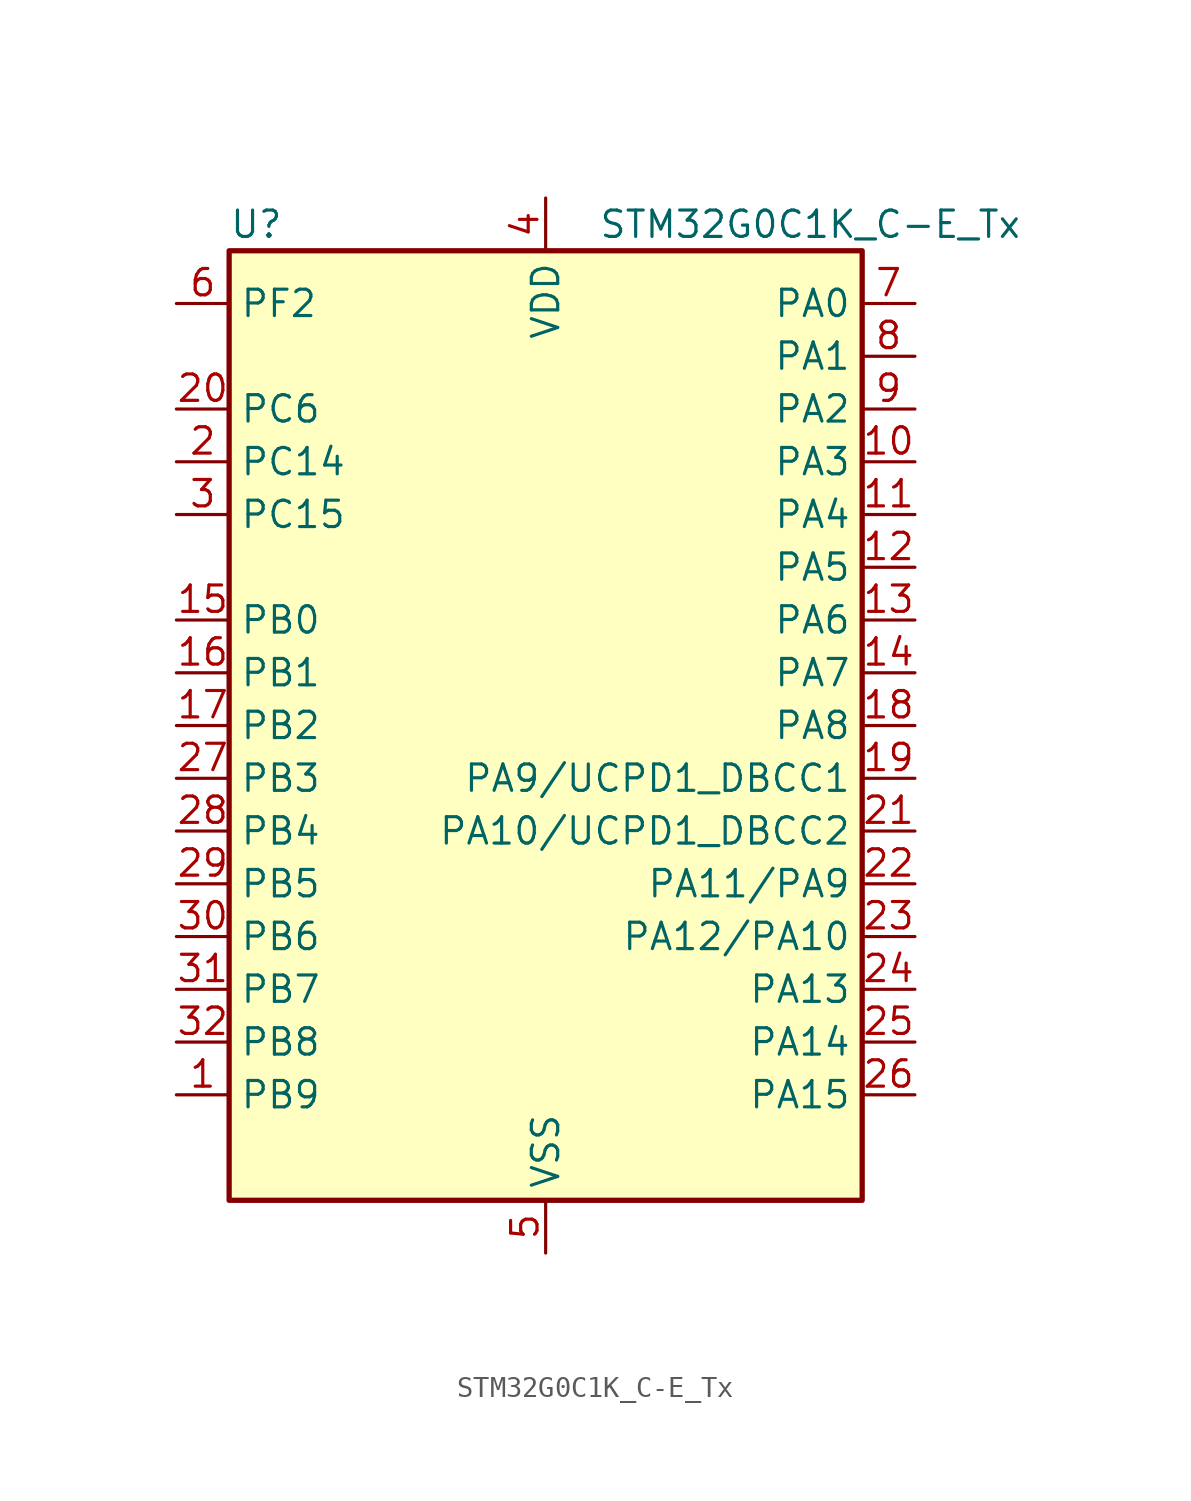
<source format=kicad_sym>
(kicad_symbol_lib
  (version 20231120)
  (generator "kicad_symbol_editor")
  (generator_version "8.0")
  (symbol "STM32G0C1K_C-E_Tx"
    (property "Reference" "U"
      (at -15.24 24.13 0)
      (effects (font (size 1.27 1.27)) (justify left)))
    (property "Value" "STM32G0C1K_C-E_Tx"
      (at 2.54 24.13 0)
      (effects (font (size 1.27 1.27)) (justify left)))
    (property "ki_locked" ""
      (at 0 0 0)
      (effects (font (size 1.27 1.27))))
    (symbol "STM32G0C1K_C-E_Tx_0_1"
      (rectangle (start -15.24 -22.86) (end 15.24 22.86) (stroke (width 0.254) (type default)) (fill (type background))))
    (symbol "STM32G0C1K_C-E_Tx_1_1"
      (pin bidirectional line (at -17.78 -17.78 0) (length 2.54) (name "PB9" (effects (font (size 1.27 1.27)))) (number "1" (effects (font (size 1.27 1.27)))) (alternate "DAC1_EXTI9" bidirectional line) (alternate "FDCAN1_TX" bidirectional line) (alternate "I2C1_SDA" bidirectional line) (alternate "I2S2_WS" bidirectional line) (alternate "IR_OUT" bidirectional line) (alternate "SPI2_NSS" bidirectional line) (alternate "TIM17_CH1" bidirectional line) (alternate "TIM4_CH4" bidirectional line) (alternate "USART3_RX" bidirectional line) (alternate "USART6_RX" bidirectional line))
      (pin bidirectional line (at 17.78 12.7 180) (length 2.54) (name "PA3" (effects (font (size 1.27 1.27)))) (number "10" (effects (font (size 1.27 1.27)))) (alternate "ADC1_IN3" bidirectional line) (alternate "COMP2_INP" bidirectional line) (alternate "I2S2_MCK" bidirectional line) (alternate "LPUART1_RX" bidirectional line) (alternate "SPI2_MISO" bidirectional line) (alternate "TIM15_CH2" bidirectional line) (alternate "TIM2_CH4" bidirectional line) (alternate "USART2_RX" bidirectional line))
      (pin bidirectional line (at 17.78 10.16 180) (length 2.54) (name "PA4" (effects (font (size 1.27 1.27)))) (number "11" (effects (font (size 1.27 1.27)))) (alternate "ADC1_IN4" bidirectional line) (alternate "DAC1_OUT1" bidirectional line) (alternate "I2S1_WS" bidirectional line) (alternate "I2S2_SD" bidirectional line) (alternate "LPTIM2_OUT" bidirectional line) (alternate "RTC_OUT1" bidirectional line) (alternate "RTC_TAMP_IN1" bidirectional line) (alternate "RTC_TS" bidirectional line) (alternate "SPI1_NSS" bidirectional line) (alternate "SPI2_MOSI" bidirectional line) (alternate "SPI3_NSS" bidirectional line) (alternate "SYS_WKUP2" bidirectional line) (alternate "TIM14_CH1" bidirectional line) (alternate "USART6_TX" bidirectional line) (alternate "USB_NOE" bidirectional line))
      (pin bidirectional line (at 17.78 7.62 180) (length 2.54) (name "PA5" (effects (font (size 1.27 1.27)))) (number "12" (effects (font (size 1.27 1.27)))) (alternate "ADC1_IN5" bidirectional line) (alternate "CEC" bidirectional line) (alternate "DAC1_OUT2" bidirectional line) (alternate "I2S1_CK" bidirectional line) (alternate "LPTIM2_ETR" bidirectional line) (alternate "SPI1_SCK" bidirectional line) (alternate "TIM2_CH1" bidirectional line) (alternate "TIM2_ETR" bidirectional line) (alternate "UCPD1_FRSTX1" bidirectional line) (alternate "UCPD1_FRSTX2" bidirectional line) (alternate "USART3_TX" bidirectional line) (alternate "USART6_RX" bidirectional line))
      (pin bidirectional line (at 17.78 5.08 180) (length 2.54) (name "PA6" (effects (font (size 1.27 1.27)))) (number "13" (effects (font (size 1.27 1.27)))) (alternate "ADC1_IN6" bidirectional line) (alternate "COMP1_OUT" bidirectional line) (alternate "I2C2_SDA" bidirectional line) (alternate "I2C3_SDA" bidirectional line) (alternate "I2S1_MCK" bidirectional line) (alternate "LPUART1_CTS" bidirectional line) (alternate "SPI1_MISO" bidirectional line) (alternate "TIM16_CH1" bidirectional line) (alternate "TIM1_BK" bidirectional line) (alternate "TIM3_CH1" bidirectional line) (alternate "USART3_CTS" bidirectional line) (alternate "USART3_NSS" bidirectional line) (alternate "USART6_CTS" bidirectional line) (alternate "USART6_NSS" bidirectional line))
      (pin bidirectional line (at 17.78 2.54 180) (length 2.54) (name "PA7" (effects (font (size 1.27 1.27)))) (number "14" (effects (font (size 1.27 1.27)))) (alternate "ADC1_IN7" bidirectional line) (alternate "COMP2_OUT" bidirectional line) (alternate "I2C2_SCL" bidirectional line) (alternate "I2C3_SCL" bidirectional line) (alternate "I2S1_SD" bidirectional line) (alternate "SPI1_MOSI" bidirectional line) (alternate "TIM14_CH1" bidirectional line) (alternate "TIM17_CH1" bidirectional line) (alternate "TIM1_CH1N" bidirectional line) (alternate "TIM3_CH2" bidirectional line) (alternate "UCPD1_FRSTX1" bidirectional line) (alternate "UCPD1_FRSTX2" bidirectional line) (alternate "USART6_CK" bidirectional line) (alternate "USART6_DE" bidirectional line) (alternate "USART6_RTS" bidirectional line))
      (pin bidirectional line (at -17.78 5.08 0) (length 2.54) (name "PB0" (effects (font (size 1.27 1.27)))) (number "15" (effects (font (size 1.27 1.27)))) (alternate "ADC1_IN8" bidirectional line) (alternate "COMP1_OUT" bidirectional line) (alternate "COMP3_INP" bidirectional line) (alternate "FDCAN2_RX" bidirectional line) (alternate "I2S1_WS" bidirectional line) (alternate "LPTIM1_OUT" bidirectional line) (alternate "LPUART2_CTS" bidirectional line) (alternate "SPI1_NSS" bidirectional line) (alternate "TIM1_CH2N" bidirectional line) (alternate "TIM3_CH3" bidirectional line) (alternate "UCPD1_FRSTX1" bidirectional line) (alternate "UCPD1_FRSTX2" bidirectional line) (alternate "USART3_RX" bidirectional line) (alternate "USART5_TX" bidirectional line))
      (pin bidirectional line (at -17.78 2.54 0) (length 2.54) (name "PB1" (effects (font (size 1.27 1.27)))) (number "16" (effects (font (size 1.27 1.27)))) (alternate "ADC1_IN9" bidirectional line) (alternate "COMP1_INM" bidirectional line) (alternate "COMP3_OUT" bidirectional line) (alternate "FDCAN2_TX" bidirectional line) (alternate "LPTIM2_IN1" bidirectional line) (alternate "LPUART1_DE" bidirectional line) (alternate "LPUART1_RTS" bidirectional line) (alternate "LPUART2_DE" bidirectional line) (alternate "LPUART2_RTS" bidirectional line) (alternate "TIM14_CH1" bidirectional line) (alternate "TIM1_CH3N" bidirectional line) (alternate "TIM3_CH4" bidirectional line) (alternate "USART3_CK" bidirectional line) (alternate "USART3_DE" bidirectional line) (alternate "USART3_RTS" bidirectional line) (alternate "USART5_RX" bidirectional line))
      (pin bidirectional line (at -17.78 0 0) (length 2.54) (name "PB2" (effects (font (size 1.27 1.27)))) (number "17" (effects (font (size 1.27 1.27)))) (alternate "ADC1_IN10" bidirectional line) (alternate "COMP1_INP" bidirectional line) (alternate "COMP3_INM" bidirectional line) (alternate "I2S2_MCK" bidirectional line) (alternate "LPTIM1_OUT" bidirectional line) (alternate "RCC_MCO_2" bidirectional line) (alternate "SPI2_MISO" bidirectional line) (alternate "USART3_TX" bidirectional line))
      (pin bidirectional line (at 17.78 0 180) (length 2.54) (name "PA8" (effects (font (size 1.27 1.27)))) (number "18" (effects (font (size 1.27 1.27)))) (alternate "CRS1_SYNC" bidirectional line) (alternate "I2C2_SMBA" bidirectional line) (alternate "I2S2_WS" bidirectional line) (alternate "LPTIM2_OUT" bidirectional line) (alternate "RCC_MCO" bidirectional line) (alternate "SPI2_NSS" bidirectional line) (alternate "TIM1_CH1" bidirectional line) (alternate "UCPD1_CC1" bidirectional line))
      (pin bidirectional line (at 17.78 -2.54 180) (length 2.54) (name "PA9/UCPD1_DBCC1" (effects (font (size 1.27 1.27)))) (number "19" (effects (font (size 1.27 1.27)))) (alternate "DAC1_EXTI9" bidirectional line) (alternate "I2C1_SCL" bidirectional line) (alternate "I2C2_SCL" bidirectional line) (alternate "I2S2_MCK" bidirectional line) (alternate "RCC_MCO" bidirectional line) (alternate "SPI2_MISO" bidirectional line) (alternate "TIM15_BK" bidirectional line) (alternate "TIM1_CH2" bidirectional line) (alternate "UCPD1_DBCC1" bidirectional line) (alternate "USART1_TX" bidirectional line))
      (pin bidirectional line (at -17.78 12.7 0) (length 2.54) (name "PC14" (effects (font (size 1.27 1.27)))) (number "2" (effects (font (size 1.27 1.27)))) (alternate "RCC_OSC32_IN" bidirectional line) (alternate "RCC_OSC_IN" bidirectional line) (alternate "TIM1_BK2" bidirectional line))
      (pin bidirectional line (at -17.78 15.24 0) (length 2.54) (name "PC6" (effects (font (size 1.27 1.27)))) (number "20" (effects (font (size 1.27 1.27)))) (alternate "LPUART2_TX" bidirectional line) (alternate "TIM2_CH3" bidirectional line) (alternate "TIM3_CH1" bidirectional line) (alternate "UCPD1_FRSTX1" bidirectional line) (alternate "UCPD1_FRSTX2" bidirectional line))
      (pin bidirectional line (at 17.78 -5.08 180) (length 2.54) (name "PA10/UCPD1_DBCC2" (effects (font (size 1.27 1.27)))) (number "21" (effects (font (size 1.27 1.27)))) (alternate "I2C1_SDA" bidirectional line) (alternate "I2C2_SDA" bidirectional line) (alternate "I2S2_SD" bidirectional line) (alternate "RCC_MCO_2" bidirectional line) (alternate "SPI2_MOSI" bidirectional line) (alternate "TIM17_BK" bidirectional line) (alternate "TIM1_CH3" bidirectional line) (alternate "UCPD1_DBCC2" bidirectional line) (alternate "USART1_RX" bidirectional line))
      (pin bidirectional line (at 17.78 -7.62 180) (length 2.54) (name "PA11/PA9" (effects (font (size 1.27 1.27)))) (number "22" (effects (font (size 1.27 1.27)))) (alternate "ADC1_EXTI11" bidirectional line) (alternate "COMP1_OUT" bidirectional line) (alternate "FDCAN1_RX" bidirectional line) (alternate "I2C2_SCL" bidirectional line) (alternate "I2S1_MCK" bidirectional line) (alternate "SPI1_MISO" bidirectional line) (alternate "TIM1_BK2" bidirectional line) (alternate "TIM1_CH4" bidirectional line) (alternate "USART1_CTS" bidirectional line) (alternate "USART1_NSS" bidirectional line) (alternate "USB_DM" bidirectional line))
      (pin bidirectional line (at 17.78 -10.16 180) (length 2.54) (name "PA12/PA10" (effects (font (size 1.27 1.27)))) (number "23" (effects (font (size 1.27 1.27)))) (alternate "COMP2_OUT" bidirectional line) (alternate "FDCAN1_TX" bidirectional line) (alternate "I2C2_SDA" bidirectional line) (alternate "I2S1_SD" bidirectional line) (alternate "I2S_CKIN" bidirectional line) (alternate "SPI1_MOSI" bidirectional line) (alternate "TIM1_ETR" bidirectional line) (alternate "USART1_CK" bidirectional line) (alternate "USART1_DE" bidirectional line) (alternate "USART1_RTS" bidirectional line) (alternate "USB_DP" bidirectional line))
      (pin bidirectional line (at 17.78 -12.7 180) (length 2.54) (name "PA13" (effects (font (size 1.27 1.27)))) (number "24" (effects (font (size 1.27 1.27)))) (alternate "IR_OUT" bidirectional line) (alternate "LPUART2_RX" bidirectional line) (alternate "SYS_SWDIO" bidirectional line) (alternate "USB_NOE" bidirectional line))
      (pin bidirectional line (at 17.78 -15.24 180) (length 2.54) (name "PA14" (effects (font (size 1.27 1.27)))) (number "25" (effects (font (size 1.27 1.27)))) (alternate "LPUART2_TX" bidirectional line) (alternate "SYS_SWCLK" bidirectional line) (alternate "USART2_TX" bidirectional line))
      (pin bidirectional line (at 17.78 -17.78 180) (length 2.54) (name "PA15" (effects (font (size 1.27 1.27)))) (number "26" (effects (font (size 1.27 1.27)))) (alternate "I2C2_SMBA" bidirectional line) (alternate "I2S1_WS" bidirectional line) (alternate "RCC_MCO_2" bidirectional line) (alternate "SPI1_NSS" bidirectional line) (alternate "SPI3_NSS" bidirectional line) (alternate "TIM2_CH1" bidirectional line) (alternate "TIM2_ETR" bidirectional line) (alternate "USART2_RX" bidirectional line) (alternate "USART3_CK" bidirectional line) (alternate "USART3_DE" bidirectional line) (alternate "USART3_RTS" bidirectional line) (alternate "USART4_CK" bidirectional line) (alternate "USART4_DE" bidirectional line) (alternate "USART4_RTS" bidirectional line) (alternate "USB_NOE" bidirectional line))
      (pin bidirectional line (at -17.78 -2.54 0) (length 2.54) (name "PB3" (effects (font (size 1.27 1.27)))) (number "27" (effects (font (size 1.27 1.27)))) (alternate "COMP2_INM" bidirectional line) (alternate "I2C2_SCL" bidirectional line) (alternate "I2C3_SCL" bidirectional line) (alternate "I2S1_CK" bidirectional line) (alternate "SPI1_SCK" bidirectional line) (alternate "SPI3_SCK" bidirectional line) (alternate "TIM1_CH2" bidirectional line) (alternate "TIM2_CH2" bidirectional line) (alternate "USART1_CK" bidirectional line) (alternate "USART1_DE" bidirectional line) (alternate "USART1_RTS" bidirectional line) (alternate "USART5_TX" bidirectional line))
      (pin bidirectional line (at -17.78 -5.08 0) (length 2.54) (name "PB4" (effects (font (size 1.27 1.27)))) (number "28" (effects (font (size 1.27 1.27)))) (alternate "COMP2_INP" bidirectional line) (alternate "I2C2_SDA" bidirectional line) (alternate "I2C3_SDA" bidirectional line) (alternate "I2S1_MCK" bidirectional line) (alternate "SPI1_MISO" bidirectional line) (alternate "SPI3_MISO" bidirectional line) (alternate "TIM17_BK" bidirectional line) (alternate "TIM3_CH1" bidirectional line) (alternate "USART1_CTS" bidirectional line) (alternate "USART1_NSS" bidirectional line) (alternate "USART5_RX" bidirectional line))
      (pin bidirectional line (at -17.78 -7.62 0) (length 2.54) (name "PB5" (effects (font (size 1.27 1.27)))) (number "29" (effects (font (size 1.27 1.27)))) (alternate "COMP2_OUT" bidirectional line) (alternate "FDCAN2_RX" bidirectional line) (alternate "I2C1_SMBA" bidirectional line) (alternate "I2S1_SD" bidirectional line) (alternate "LPTIM1_IN1" bidirectional line) (alternate "SPI1_MOSI" bidirectional line) (alternate "SPI3_MOSI" bidirectional line) (alternate "SYS_WKUP6" bidirectional line) (alternate "TIM16_BK" bidirectional line) (alternate "TIM3_CH2" bidirectional line) (alternate "USART5_CK" bidirectional line) (alternate "USART5_DE" bidirectional line) (alternate "USART5_RTS" bidirectional line))
      (pin bidirectional line (at -17.78 10.16 0) (length 2.54) (name "PC15" (effects (font (size 1.27 1.27)))) (number "3" (effects (font (size 1.27 1.27)))) (alternate "RCC_OSC32_EN" bidirectional line) (alternate "RCC_OSC32_OUT" bidirectional line) (alternate "RCC_OSC_EN" bidirectional line) (alternate "TIM15_BK" bidirectional line))
      (pin bidirectional line (at -17.78 -10.16 0) (length 2.54) (name "PB6" (effects (font (size 1.27 1.27)))) (number "30" (effects (font (size 1.27 1.27)))) (alternate "COMP2_INP" bidirectional line) (alternate "FDCAN2_TX" bidirectional line) (alternate "I2C1_SCL" bidirectional line) (alternate "I2S2_MCK" bidirectional line) (alternate "LPTIM1_ETR" bidirectional line) (alternate "LPUART2_TX" bidirectional line) (alternate "SPI2_MISO" bidirectional line) (alternate "TIM16_CH1N" bidirectional line) (alternate "TIM1_CH3" bidirectional line) (alternate "TIM4_CH1" bidirectional line) (alternate "USART1_TX" bidirectional line) (alternate "USART5_CTS" bidirectional line) (alternate "USART5_NSS" bidirectional line))
      (pin bidirectional line (at -17.78 -12.7 0) (length 2.54) (name "PB7" (effects (font (size 1.27 1.27)))) (number "31" (effects (font (size 1.27 1.27)))) (alternate "COMP2_INM" bidirectional line) (alternate "I2C1_SDA" bidirectional line) (alternate "I2S2_SD" bidirectional line) (alternate "LPTIM1_IN2" bidirectional line) (alternate "LPUART2_RX" bidirectional line) (alternate "SPI2_MOSI" bidirectional line) (alternate "SYS_PVD_IN" bidirectional line) (alternate "TIM17_CH1N" bidirectional line) (alternate "TIM4_CH2" bidirectional line) (alternate "USART1_RX" bidirectional line) (alternate "USART4_CTS" bidirectional line) (alternate "USART4_NSS" bidirectional line))
      (pin bidirectional line (at -17.78 -15.24 0) (length 2.54) (name "PB8" (effects (font (size 1.27 1.27)))) (number "32" (effects (font (size 1.27 1.27)))) (alternate "CEC" bidirectional line) (alternate "FDCAN1_RX" bidirectional line) (alternate "I2C1_SCL" bidirectional line) (alternate "I2S2_CK" bidirectional line) (alternate "SPI2_SCK" bidirectional line) (alternate "TIM15_BK" bidirectional line) (alternate "TIM16_CH1" bidirectional line) (alternate "TIM4_CH3" bidirectional line) (alternate "USART3_TX" bidirectional line) (alternate "USART6_TX" bidirectional line))
      (pin power_in line (at 0 25.4 270) (length 2.54) (name "VDD" (effects (font (size 1.27 1.27)))) (number "4" (effects (font (size 1.27 1.27)))))
      (pin power_in line (at 0 -25.4 90) (length 2.54) (name "VSS" (effects (font (size 1.27 1.27)))) (number "5" (effects (font (size 1.27 1.27)))))
      (pin bidirectional line (at -17.78 20.32 0) (length 2.54) (name "PF2" (effects (font (size 1.27 1.27)))) (number "6" (effects (font (size 1.27 1.27)))) (alternate "LPUART2_DE" bidirectional line) (alternate "LPUART2_RTS" bidirectional line) (alternate "LPUART2_TX" bidirectional line) (alternate "RCC_MCO" bidirectional line))
      (pin bidirectional line (at 17.78 20.32 180) (length 2.54) (name "PA0" (effects (font (size 1.27 1.27)))) (number "7" (effects (font (size 1.27 1.27)))) (alternate "ADC1_IN0" bidirectional line) (alternate "COMP1_INM" bidirectional line) (alternate "COMP1_OUT" bidirectional line) (alternate "I2S2_CK" bidirectional line) (alternate "LPTIM1_OUT" bidirectional line) (alternate "RTC_TAMP_IN2" bidirectional line) (alternate "SPI2_SCK" bidirectional line) (alternate "SYS_WKUP1" bidirectional line) (alternate "TIM2_CH1" bidirectional line) (alternate "TIM2_ETR" bidirectional line) (alternate "USART2_CTS" bidirectional line) (alternate "USART2_NSS" bidirectional line) (alternate "USART4_TX" bidirectional line))
      (pin bidirectional line (at 17.78 17.78 180) (length 2.54) (name "PA1" (effects (font (size 1.27 1.27)))) (number "8" (effects (font (size 1.27 1.27)))) (alternate "ADC1_IN1" bidirectional line) (alternate "COMP1_INP" bidirectional line) (alternate "I2C1_SMBA" bidirectional line) (alternate "I2S1_CK" bidirectional line) (alternate "SPI1_SCK" bidirectional line) (alternate "TIM15_CH1N" bidirectional line) (alternate "TIM2_CH2" bidirectional line) (alternate "USART2_CK" bidirectional line) (alternate "USART2_DE" bidirectional line) (alternate "USART2_RTS" bidirectional line) (alternate "USART4_RX" bidirectional line))
      (pin bidirectional line (at 17.78 15.24 180) (length 2.54) (name "PA2" (effects (font (size 1.27 1.27)))) (number "9" (effects (font (size 1.27 1.27)))) (alternate "ADC1_IN2" bidirectional line) (alternate "COMP2_INM" bidirectional line) (alternate "COMP2_OUT" bidirectional line) (alternate "I2S1_SD" bidirectional line) (alternate "LPUART1_TX" bidirectional line) (alternate "RCC_LSCO" bidirectional line) (alternate "SPI1_MOSI" bidirectional line) (alternate "SYS_WKUP4" bidirectional line) (alternate "TIM15_CH1" bidirectional line) (alternate "TIM2_CH3" bidirectional line) (alternate "UCPD1_FRSTX1" bidirectional line) (alternate "UCPD1_FRSTX2" bidirectional line) (alternate "USART2_TX" bidirectional line)))))
</source>
